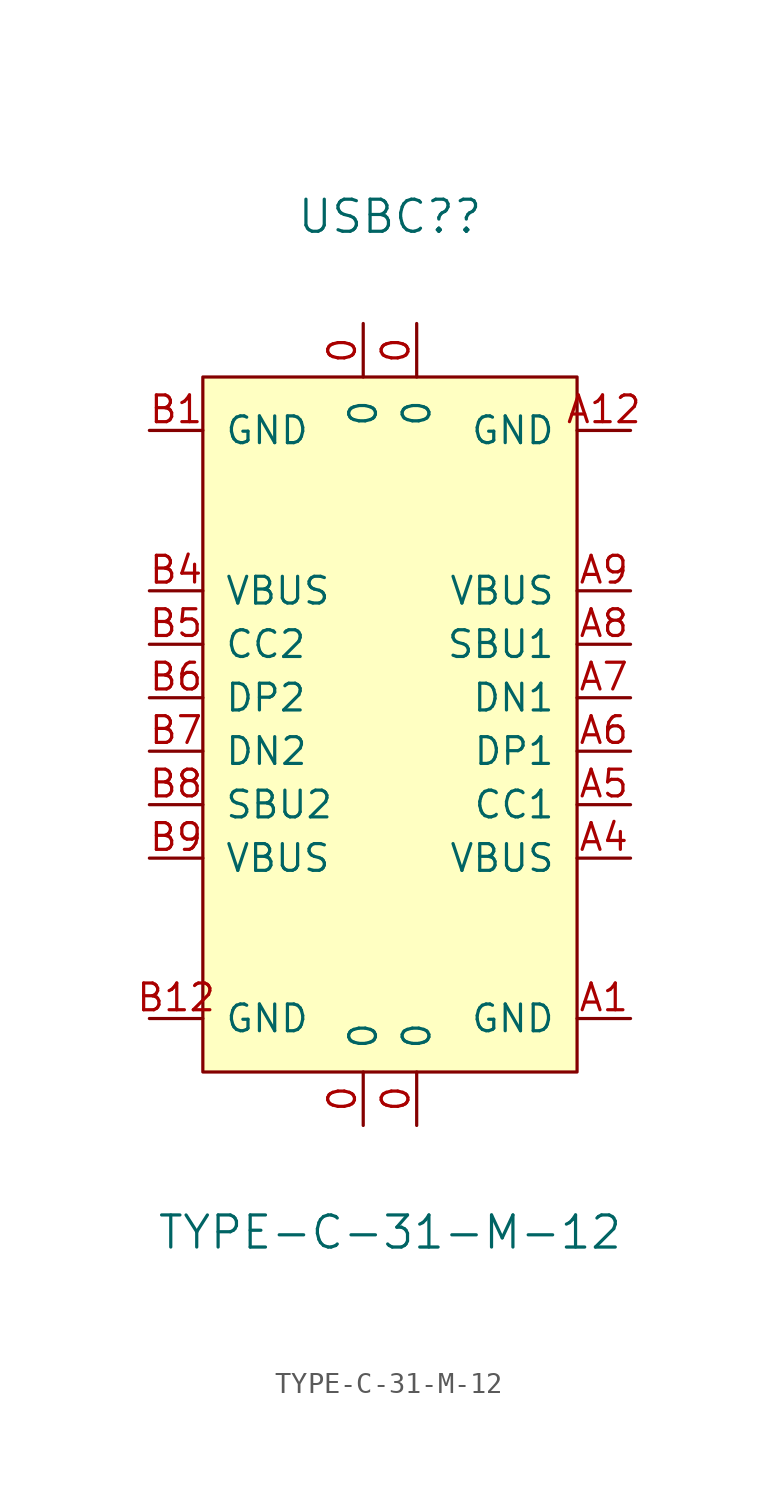
<source format=kicad_sym>
(kicad_symbol_lib
  (version 20211014)
  (generator kicad_symbol_editor)
  (symbol "TYPE-C-31-M-12"
    (pin_names
      (offset 1.016))
    (property "Reference" "USBC?"
      (at 0 24.13 0)
      (effects (font (size 1.524 1.524))))
    (property "Value" "TYPE-C-31-M-12"
      (at 0 -24.13 0)
      (effects (font (size 1.524 1.524))))
    (property "ki_locked" ""
      (at 0 0 0)
      (effects (font (size 1.27 1.27))))
    (symbol "TYPE-C-31-M-12_1_1"
      (rectangle (start -8.89 16.51) (end 8.89 -16.51) (stroke (width 0) (type default) (color 0 0 0 0)) (fill (type background)))
      (pin unspecified line (at -1.27 -19.05 90) (length 2.54) (name "0" (effects (font (size 1.27 1.27)))) (number "0" (effects (font (size 1.27 1.27)))))
      (pin unspecified line (at -1.27 19.05 270) (length 2.54) (name "0" (effects (font (size 1.27 1.27)))) (number "0" (effects (font (size 1.27 1.27)))))
      (pin unspecified line (at 1.27 -19.05 90) (length 2.54) (name "0" (effects (font (size 1.27 1.27)))) (number "0" (effects (font (size 1.27 1.27)))))
      (pin unspecified line (at 1.27 19.05 270) (length 2.54) (name "0" (effects (font (size 1.27 1.27)))) (number "0" (effects (font (size 1.27 1.27)))))
      (pin unspecified line (at 11.43 -13.97 180) (length 2.54) (name "GND" (effects (font (size 1.27 1.27)))) (number "A1" (effects (font (size 1.27 1.27)))))
      (pin unspecified line (at 11.43 13.97 180) (length 2.54) (name "GND" (effects (font (size 1.27 1.27)))) (number "A12" (effects (font (size 1.27 1.27)))))
      (pin unspecified line (at 11.43 -6.35 180) (length 2.54) (name "VBUS" (effects (font (size 1.27 1.27)))) (number "A4" (effects (font (size 1.27 1.27)))))
      (pin unspecified line (at 11.43 -3.81 180) (length 2.54) (name "CC1" (effects (font (size 1.27 1.27)))) (number "A5" (effects (font (size 1.27 1.27)))))
      (pin unspecified line (at 11.43 -1.27 180) (length 2.54) (name "DP1" (effects (font (size 1.27 1.27)))) (number "A6" (effects (font (size 1.27 1.27)))))
      (pin unspecified line (at 11.43 1.27 180) (length 2.54) (name "DN1" (effects (font (size 1.27 1.27)))) (number "A7" (effects (font (size 1.27 1.27)))))
      (pin unspecified line (at 11.43 3.81 180) (length 2.54) (name "SBU1" (effects (font (size 1.27 1.27)))) (number "A8" (effects (font (size 1.27 1.27)))))
      (pin unspecified line (at 11.43 6.35 180) (length 2.54) (name "VBUS" (effects (font (size 1.27 1.27)))) (number "A9" (effects (font (size 1.27 1.27)))))
      (pin unspecified line (at -11.43 13.97 0) (length 2.54) (name "GND" (effects (font (size 1.27 1.27)))) (number "B1" (effects (font (size 1.27 1.27)))))
      (pin unspecified line (at -11.43 -13.97 0) (length 2.54) (name "GND" (effects (font (size 1.27 1.27)))) (number "B12" (effects (font (size 1.27 1.27)))))
      (pin unspecified line (at -11.43 6.35 0) (length 2.54) (name "VBUS" (effects (font (size 1.27 1.27)))) (number "B4" (effects (font (size 1.27 1.27)))))
      (pin unspecified line (at -11.43 3.81 0) (length 2.54) (name "CC2" (effects (font (size 1.27 1.27)))) (number "B5" (effects (font (size 1.27 1.27)))))
      (pin unspecified line (at -11.43 1.27 0) (length 2.54) (name "DP2" (effects (font (size 1.27 1.27)))) (number "B6" (effects (font (size 1.27 1.27)))))
      (pin unspecified line (at -11.43 -1.27 0) (length 2.54) (name "DN2" (effects (font (size 1.27 1.27)))) (number "B7" (effects (font (size 1.27 1.27)))))
      (pin unspecified line (at -11.43 -3.81 0) (length 2.54) (name "SBU2" (effects (font (size 1.27 1.27)))) (number "B8" (effects (font (size 1.27 1.27)))))
      (pin unspecified line (at -11.43 -6.35 0) (length 2.54) (name "VBUS" (effects (font (size 1.27 1.27)))) (number "B9" (effects (font (size 1.27 1.27))))))))
</source>
